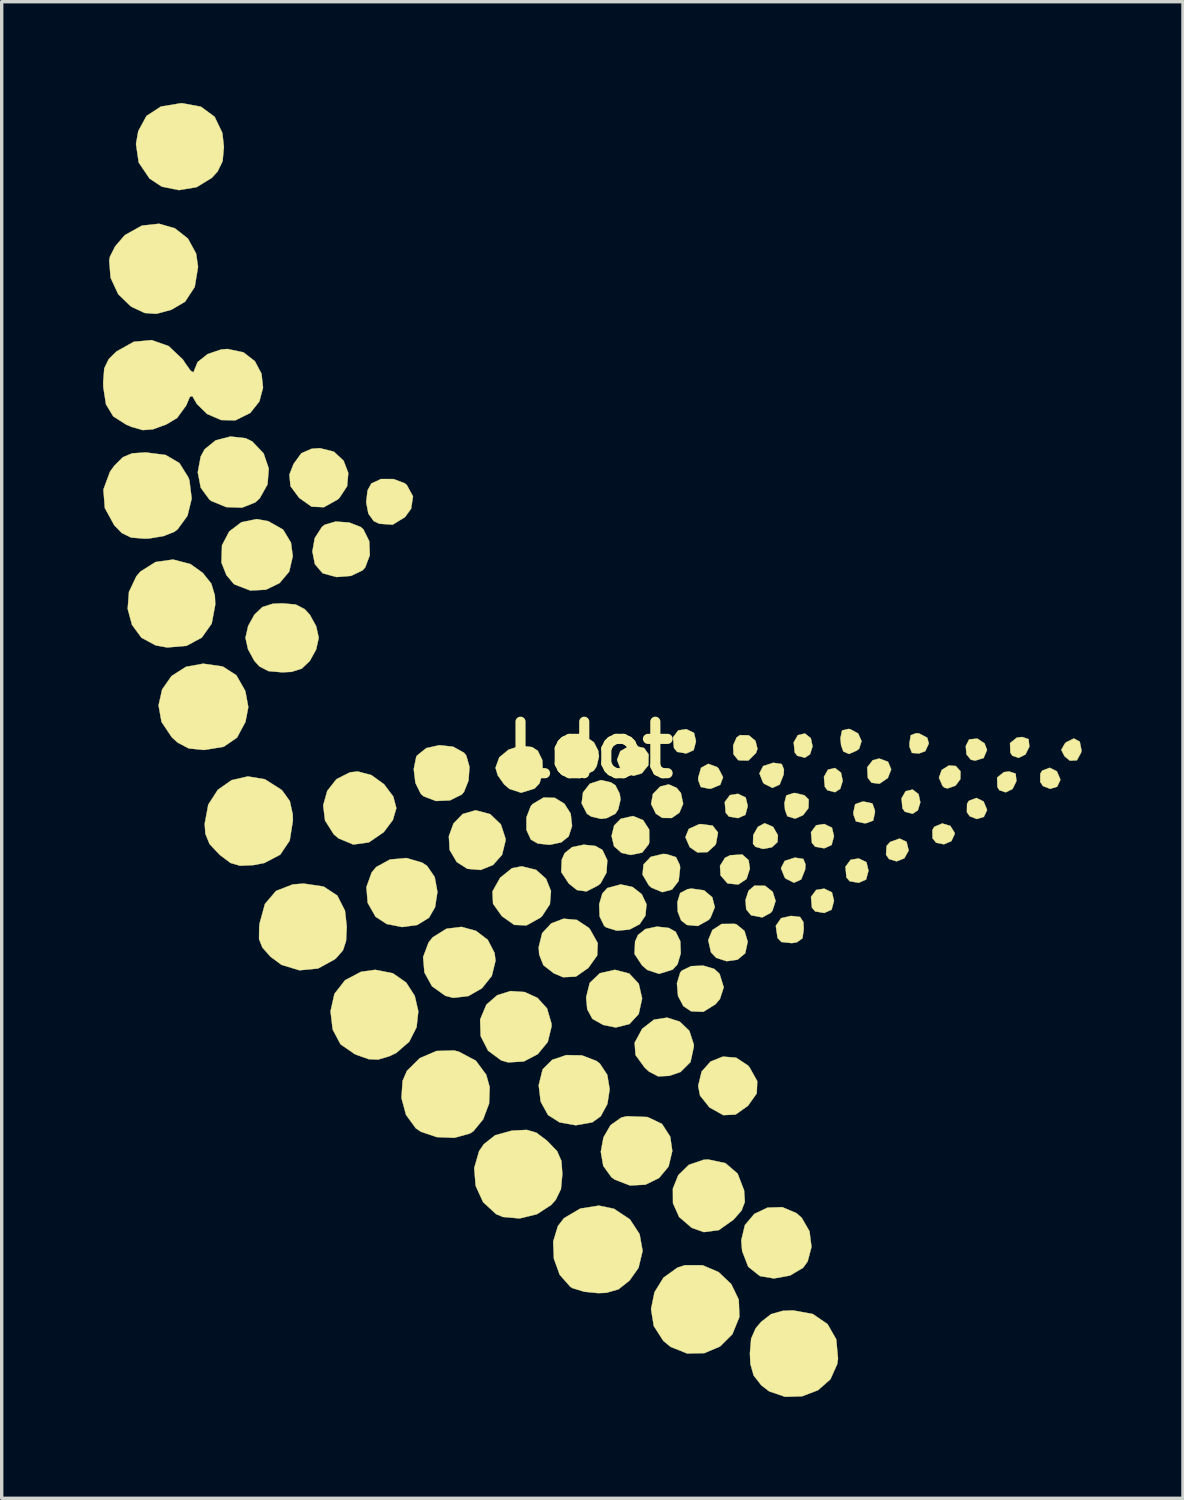
<source format=kicad_pcb>
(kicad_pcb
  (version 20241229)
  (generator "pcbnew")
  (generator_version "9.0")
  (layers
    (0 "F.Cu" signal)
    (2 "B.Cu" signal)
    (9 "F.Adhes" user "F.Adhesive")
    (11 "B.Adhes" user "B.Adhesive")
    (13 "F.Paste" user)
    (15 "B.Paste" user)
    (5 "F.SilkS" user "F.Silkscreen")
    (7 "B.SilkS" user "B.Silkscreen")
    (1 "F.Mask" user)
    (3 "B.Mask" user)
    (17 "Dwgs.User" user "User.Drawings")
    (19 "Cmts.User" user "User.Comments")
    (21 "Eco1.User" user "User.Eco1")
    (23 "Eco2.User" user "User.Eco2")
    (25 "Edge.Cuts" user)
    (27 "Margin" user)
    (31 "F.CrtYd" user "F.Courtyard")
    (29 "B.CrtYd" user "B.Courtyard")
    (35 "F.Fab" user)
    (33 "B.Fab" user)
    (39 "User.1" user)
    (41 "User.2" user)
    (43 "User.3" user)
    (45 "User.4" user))
  (footprint "Ldot"
    (layer "F.Cu")
    (at 14.428 19.151)
    (property "Reference" "Ldot" (at 0 0 0) (layer "F.SilkS") (effects (font (size 1.524 1.524) (thickness 0.3))))
    (attr through_hole)
    (fp_poly (pts (xy 3.068 -0.505) (xy 3.127 -0.255) (xy 3.057 0.008) (xy 2.839 0.105) (xy 2.57 0.058) (xy 2.475 -0.055) (xy 2.446 -0.371) (xy 2.599 -0.577) (xy 2.839 -0.615) (xy 3.068 -0.505)) (stroke (width 0.01) (type solid)) (fill yes) (layer "F.SilkS"))
    (fp_poly (pts (xy 4.599 1.41) (xy 4.659 1.659) (xy 4.589 1.922) (xy 4.371 2.019) (xy 4.102 1.973) (xy 4.006 1.86) (xy 3.978 1.544) (xy 4.131 1.338) (xy 4.371 1.299) (xy 4.599 1.41)) (stroke (width 0.01) (type solid)) (fill yes) (layer "F.SilkS"))
    (fp_poly (pts (xy 6.526 -0.348) (xy 6.577 -0.105) (xy 6.503 0.129) (xy 6.35 0.231) (xy 6.123 0.173) (xy 6.049 0.073) (xy 6.02 -0.223) (xy 6.142 -0.437) (xy 6.35 -0.486) (xy 6.526 -0.348)) (stroke (width 0.01) (type solid)) (fill yes) (layer "F.SilkS"))
    (fp_poly (pts (xy 7.152 2.303) (xy 7.212 2.553) (xy 7.141 2.816) (xy 6.924 2.913) (xy 6.655 2.866) (xy 6.559 2.753) (xy 6.531 2.437) (xy 6.684 2.231) (xy 6.924 2.193) (xy 7.152 2.303)) (stroke (width 0.01) (type solid)) (fill yes) (layer "F.SilkS"))
    (fp_poly (pts (xy 7.152 4.218) (xy 7.212 4.467) (xy 7.141 4.73) (xy 6.924 4.827) (xy 6.655 4.781) (xy 6.559 4.668) (xy 6.531 4.352) (xy 6.684 4.146) (xy 6.924 4.107) (xy 7.152 4.218)) (stroke (width 0.01) (type solid)) (fill yes) (layer "F.SilkS"))
    (fp_poly (pts (xy 7.419 0.673) (xy 7.47 0.917) (xy 7.397 1.15) (xy 7.243 1.252) (xy 7.017 1.194) (xy 6.942 1.094) (xy 6.914 0.798) (xy 7.035 0.584) (xy 7.243 0.535) (xy 7.419 0.673)) (stroke (width 0.01) (type solid)) (fill yes) (layer "F.SilkS"))
    (fp_poly (pts (xy 8.173 3.324) (xy 8.233 3.574) (xy 8.163 3.837) (xy 7.945 3.934) (xy 7.676 3.887) (xy 7.58 3.774) (xy 7.552 3.458) (xy 7.705 3.252) (xy 7.945 3.214) (xy 8.173 3.324)) (stroke (width 0.01) (type solid)) (fill yes) (layer "F.SilkS"))
    (fp_poly (pts (xy 8.812 0.351) (xy 8.906 0.578) (xy 8.806 0.831) (xy 8.56 1.001) (xy 8.327 0.973) (xy 8.215 0.83) (xy 8.195 0.517) (xy 8.36 0.304) (xy 8.552 0.255) (xy 8.812 0.351)) (stroke (width 0.01) (type solid)) (fill yes) (layer "F.SilkS"))
    (fp_poly (pts (xy 9.717 1.311) (xy 9.768 1.555) (xy 9.694 1.788) (xy 9.541 1.89) (xy 9.314 1.832) (xy 9.24 1.733) (xy 9.211 1.436) (xy 9.333 1.222) (xy 9.541 1.173) (xy 9.717 1.311)) (stroke (width 0.01) (type solid)) (fill yes) (layer "F.SilkS"))
    (fp_poly (pts (xy 12.59 0.702) (xy 12.613 0.924) (xy 12.498 1.157) (xy 12.297 1.256) (xy 12.107 1.192) (xy 12.05 1.1) (xy 12.041 0.819) (xy 12.241 0.658) (xy 12.397 0.638) (xy 12.59 0.702)) (stroke (width 0.01) (type solid)) (fill yes) (layer "F.SilkS"))
    (fp_poly (pts (xy 12.973 -0.319) (xy 12.996 -0.097) (xy 12.88 0.136) (xy 12.68 0.235) (xy 12.49 0.171) (xy 12.433 0.079) (xy 12.424 -0.202) (xy 12.624 -0.363) (xy 12.78 -0.383) (xy 12.973 -0.319)) (stroke (width 0.01) (type solid)) (fill yes) (layer "F.SilkS"))
    (fp_poly (pts (xy 9.36 2.719) (xy 9.422 2.971) (xy 9.42 2.984) (xy 9.293 3.21) (xy 9.065 3.299) (xy 8.842 3.231) (xy 8.753 3.105) (xy 8.769 2.841) (xy 8.876 2.724) (xy 9.153 2.625) (xy 9.36 2.719)) (stroke (width 0.01) (type solid)) (fill yes) (layer "F.SilkS"))
    (fp_poly (pts (xy 9.732 -0.488) (xy 9.973 -0.361) (xy 10.02 -0.191) (xy 9.915 0.037) (xy 9.732 0.105) (xy 9.52 0.089) (xy 9.449 -0.089) (xy 9.445 -0.191) (xy 9.485 -0.435) (xy 9.645 -0.496) (xy 9.732 -0.488)) (stroke (width 0.01) (type solid)) (fill yes) (layer "F.SilkS"))
    (fp_poly (pts (xy 10.656 2.249) (xy 10.783 2.452) (xy 10.785 2.491) (xy 10.687 2.701) (xy 10.466 2.794) (xy 10.237 2.748) (xy 10.13 2.617) (xy 10.126 2.37) (xy 10.181 2.277) (xy 10.417 2.177) (xy 10.656 2.249)) (stroke (width 0.01) (type solid)) (fill yes) (layer "F.SilkS"))
    (fp_poly (pts (xy 11.641 1.526) (xy 11.742 1.766) (xy 11.743 1.783) (xy 11.649 1.982) (xy 11.442 2.046) (xy 11.23 1.964) (xy 11.147 1.842) (xy 11.151 1.595) (xy 11.207 1.506) (xy 11.429 1.422) (xy 11.641 1.526)) (stroke (width 0.01) (type solid)) (fill yes) (layer "F.SilkS"))
    (fp_poly (pts (xy 11.67 -0.192) (xy 11.743 0) (xy 11.642 0.24) (xy 11.392 0.317) (xy 11.264 0.29) (xy 11.134 0.133) (xy 11.113 -0.114) (xy 11.211 -0.306) (xy 11.221 -0.312) (xy 11.458 -0.335) (xy 11.67 -0.192)) (stroke (width 0.01) (type solid)) (fill yes) (layer "F.SilkS"))
    (fp_poly (pts (xy 13.811 0.633) (xy 13.912 0.872) (xy 13.913 0.889) (xy 13.819 1.089) (xy 13.612 1.152) (xy 13.4 1.07) (xy 13.317 0.949) (xy 13.321 0.702) (xy 13.376 0.613) (xy 13.599 0.529) (xy 13.811 0.633)) (stroke (width 0.01) (type solid)) (fill yes) (layer "F.SilkS"))
    (fp_poly (pts (xy 14.488 -0.245) (xy 14.539 0.014) (xy 14.531 0.072) (xy 14.403 0.308) (xy 14.194 0.318) (xy 14.038 0.189) (xy 13.941 0.000061) (xy 14.043 -0.183) (xy 14.082 -0.224) (xy 14.313 -0.339) (xy 14.488 -0.245)) (stroke (width 0.01) (type solid)) (fill yes) (layer "F.SilkS"))
    (fp_poly (pts (xy 1.593 -0.055) (xy 1.725 0.134) (xy 1.716 0.454) (xy 1.522 0.694) (xy 1.276 0.766) (xy 1.007 0.674) (xy 0.899 0.58) (xy 0.789 0.294) (xy 0.887 0.036) (xy 1.152 -0.115) (xy 1.276 -0.128) (xy 1.593 -0.055)) (stroke (width 0.01) (type solid)) (fill yes) (layer "F.SilkS"))
    (fp_poly (pts (xy 2.553 1.123) (xy 2.68 1.276) (xy 2.747 1.596) (xy 2.634 1.86) (xy 2.407 2.016) (xy 2.128 2.012) (xy 1.94 1.889) (xy 1.797 1.6) (xy 1.852 1.302) (xy 2.068 1.083) (xy 2.319 1.021) (xy 2.553 1.123)) (stroke (width 0.01) (type solid)) (fill yes) (layer "F.SilkS"))
    (fp_poly (pts (xy 3.62 2.242) (xy 3.778 2.445) (xy 3.721 2.768) (xy 3.697 2.817) (xy 3.466 3.026) (xy 3.169 3.035) (xy 2.941 2.878) (xy 2.813 2.583) (xy 2.913 2.339) (xy 3.214 2.202) (xy 3.271 2.195) (xy 3.62 2.242)) (stroke (width 0.01) (type solid)) (fill yes) (layer "F.SilkS"))
    (fp_poly (pts (xy 3.748 0.507) (xy 3.793 0.547) (xy 3.928 0.809) (xy 3.844 1.033) (xy 3.576 1.146) (xy 3.514 1.149) (xy 3.269 1.098) (xy 3.193 0.895) (xy 3.191 0.826) (xy 3.277 0.53) (xy 3.488 0.412) (xy 3.748 0.507)) (stroke (width 0.01) (type solid)) (fill yes) (layer "F.SilkS"))
    (fp_poly (pts (xy 4.683 3.262) (xy 4.723 3.513) (xy 4.623 3.821) (xy 4.38 3.985) (xy 4.077 3.954) (xy 4.049 3.94) (xy 3.854 3.715) (xy 3.837 3.432) (xy 3.986 3.193) (xy 4.141 3.118) (xy 4.496 3.096) (xy 4.683 3.262)) (stroke (width 0.01) (type solid)) (fill yes) (layer "F.SilkS"))
    (fp_poly (pts (xy 4.688 -0.433) (xy 4.887 -0.27) (xy 4.947 -0.031) (xy 4.903 0.091) (xy 4.677 0.315) (xy 4.399 0.308) (xy 4.372 0.298) (xy 4.237 0.13) (xy 4.226 -0.133) (xy 4.329 -0.368) (xy 4.426 -0.438) (xy 4.688 -0.433)) (stroke (width 0.01) (type solid)) (fill yes) (layer "F.SilkS"))
    (fp_poly (pts (xy 5.408 2.277) (xy 5.551 2.523) (xy 5.541 2.728) (xy 5.374 2.883) (xy 5.114 2.932) (xy 4.884 2.866) (xy 4.814 2.776) (xy 4.822 2.52) (xy 4.959 2.278) (xy 5.158 2.17) (xy 5.158 2.17) (xy 5.408 2.277)) (stroke (width 0.01) (type solid)) (fill yes) (layer "F.SilkS"))
    (fp_poly (pts (xy 5.666 0.419) (xy 5.731 0.581) (xy 5.72 0.733) (xy 5.604 1.026) (xy 5.39 1.124) (xy 5.145 1.002) (xy 5.111 0.964) (xy 5.004 0.694) (xy 5.115 0.478) (xy 5.407 0.383) (xy 5.429 0.383) (xy 5.666 0.419)) (stroke (width 0.01) (type solid)) (fill yes) (layer "F.SilkS"))
    (fp_poly (pts (xy 6.207 4.946) (xy 6.306 5.096) (xy 6.318 5.297) (xy 6.279 5.577) (xy 6.114 5.695) (xy 5.966 5.72) (xy 5.654 5.686) (xy 5.541 5.568) (xy 5.49 5.208) (xy 5.646 4.981) (xy 5.937 4.914) (xy 6.207 4.946)) (stroke (width 0.01) (type solid)) (fill yes) (layer "F.SilkS"))
    (fp_poly (pts (xy 6.304 3.227) (xy 6.369 3.389) (xy 6.358 3.541) (xy 6.242 3.834) (xy 6.028 3.932) (xy 5.783 3.81) (xy 5.75 3.772) (xy 5.642 3.502) (xy 5.753 3.286) (xy 6.046 3.191) (xy 6.067 3.191) (xy 6.304 3.227)) (stroke (width 0.01) (type solid)) (fill yes) (layer "F.SilkS"))
    (fp_poly (pts (xy 10.817 0.476) (xy 10.957 0.632) (xy 10.953 0.866) (xy 10.814 1.053) (xy 10.775 1.071) (xy 10.574 1.14) (xy 10.477 1.115) (xy 10.424 1.064) (xy 10.319 0.823) (xy 10.4 0.594) (xy 10.612 0.462) (xy 10.817 0.476)) (stroke (width 0.01) (type solid)) (fill yes) (layer "F.SilkS"))
    (fp_poly (pts (xy 1.561 2.079) (xy 1.74 2.356) (xy 1.744 2.736) (xy 1.727 2.794) (xy 1.533 3.04) (xy 1.196 3.11) (xy 0.921 3.048) (xy 0.7 2.852) (xy 0.627 2.548) (xy 0.704 2.237) (xy 0.898 2.04) (xy 1.262 1.957) (xy 1.561 2.079)) (stroke (width 0.01) (type solid)) (fill yes) (layer "F.SilkS"))
    (fp_poly (pts (xy 5.171 4.022) (xy 5.396 4.199) (xy 5.484 4.472) (xy 5.389 4.762) (xy 5.335 4.825) (xy 5.089 4.959) (xy 4.762 4.896) (xy 4.755 4.893) (xy 4.613 4.72) (xy 4.593 4.442) (xy 4.683 4.169) (xy 4.856 4.019) (xy 5.171 4.022)) (stroke (width 0.01) (type solid)) (fill yes) (layer "F.SilkS"))
    (fp_poly (pts (xy 6.339 1.345) (xy 6.464 1.469) (xy 6.457 1.723) (xy 6.296 1.933) (xy 6.063 2.035) (xy 5.839 1.967) (xy 5.829 1.957) (xy 5.762 1.774) (xy 5.744 1.574) (xy 5.801 1.347) (xy 6.02 1.277) (xy 6.067 1.276) (xy 6.339 1.345)) (stroke (width 0.01) (type solid)) (fill yes) (layer "F.SilkS"))
    (fp_poly (pts (xy 7.689 -0.615) (xy 7.926 -0.489) (xy 8.028 -0.263) (xy 7.959 -0.04) (xy 7.894 0.015) (xy 7.658 0.12) (xy 7.495 0.049) (xy 7.488 0.043) (xy 7.422 -0.139) (xy 7.403 -0.349) (xy 7.451 -0.576) (xy 7.64 -0.621) (xy 7.689 -0.615)) (stroke (width 0.01) (type solid)) (fill yes) (layer "F.SilkS"))
    (fp_poly (pts (xy 8.348 1.584) (xy 8.423 1.792) (xy 8.424 1.851) (xy 8.371 2.094) (xy 8.164 2.169) (xy 8.105 2.17) (xy 7.862 2.117) (xy 7.787 1.91) (xy 7.786 1.851) (xy 7.839 1.608) (xy 8.046 1.533) (xy 8.105 1.532) (xy 8.348 1.584)) (stroke (width 0.01) (type solid)) (fill yes) (layer "F.SilkS"))
    (fp_poly (pts (xy 1.149 6.62) (xy 1.432 6.921) (xy 1.532 7.357) (xy 1.431 7.819) (xy 1.157 8.115) (xy 0.754 8.217) (xy 0.382 8.143) (xy 0.06 7.962) (xy -0.093 7.679) (xy -0.126 7.327) (xy -0.019 6.896) (xy 0.28 6.611) (xy 0.724 6.51) (xy 1.149 6.62)) (stroke (width 0.01) (type solid)) (fill yes) (layer "F.SilkS"))
    (fp_poly (pts (xy 2.258 3.086) (xy 2.534 3.174) (xy 2.646 3.405) (xy 2.658 3.486) (xy 2.614 3.88) (xy 2.418 4.134) (xy 2.129 4.211) (xy 1.809 4.079) (xy 1.732 4.011) (xy 1.544 3.692) (xy 1.574 3.39) (xy 1.787 3.166) (xy 2.15 3.079) (xy 2.258 3.086)) (stroke (width 0.01) (type solid)) (fill yes) (layer "F.SilkS"))
    (fp_poly (pts (xy 3.366 4.157) (xy 3.609 4.363) (xy 3.684 4.657) (xy 3.555 4.972) (xy 3.501 5.033) (xy 3.183 5.212) (xy 2.858 5.182) (xy 2.687 5.049) (xy 2.587 4.792) (xy 2.575 4.507) (xy 2.658 4.237) (xy 2.878 4.123) (xy 2.993 4.105) (xy 3.366 4.157)) (stroke (width 0.01) (type solid)) (fill yes) (layer "F.SilkS"))
    (fp_poly (pts (xy 4.326 5.165) (xy 4.561 5.357) (xy 4.658 5.676) (xy 4.585 6.018) (xy 4.584 6.02) (xy 4.357 6.21) (xy 4.034 6.255) (xy 3.724 6.155) (xy 3.571 5.994) (xy 3.489 5.631) (xy 3.611 5.332) (xy 3.887 5.153) (xy 4.268 5.149) (xy 4.326 5.165)) (stroke (width 0.01) (type solid)) (fill yes) (layer "F.SilkS"))
    (fp_poly (pts (xy -5.826 -8.019) (xy -5.496 -7.893) (xy -5.434 -7.841) (xy -5.251 -7.505) (xy -5.308 -7.14) (xy -5.488 -6.892) (xy -5.853 -6.668) (xy -6.249 -6.696) (xy -6.414 -6.775) (xy -6.573 -6.995) (xy -6.637 -7.337) (xy -6.596 -7.685) (xy -6.484 -7.888) (xy -6.198 -8.02) (xy -5.826 -8.019)) (stroke (width 0.01) (type solid)) (fill yes) (layer "F.SilkS"))
    (fp_poly (pts (xy -1.722 -0.082) (xy -1.557 0.026) (xy -1.423 0.302) (xy -1.408 0.661) (xy -1.505 0.987) (xy -1.651 1.144) (xy -2.05 1.268) (xy -2.395 1.155) (xy -2.553 1.021) (xy -2.743 0.751) (xy -2.808 0.53) (xy -2.697 0.22) (xy -2.421 -0.008) (xy -2.067 -0.121) (xy -1.722 -0.082)) (stroke (width 0.01) (type solid)) (fill yes) (layer "F.SilkS"))
    (fp_poly (pts (xy -1.052 1.42) (xy -0.769 1.593) (xy -0.583 1.886) (xy -0.542 2.253) (xy -0.643 2.561) (xy -0.862 2.737) (xy -1.205 2.81) (xy -1.556 2.771) (xy -1.761 2.655) (xy -1.893 2.369) (xy -1.893 1.997) (xy -1.766 1.667) (xy -1.714 1.605) (xy -1.384 1.409) (xy -1.052 1.42)) (stroke (width 0.01) (type solid)) (fill yes) (layer "F.SilkS"))
    (fp_poly (pts (xy 0.152 2.845) (xy 0.357 2.961) (xy 0.501 3.264) (xy 0.478 3.631) (xy 0.304 3.948) (xy 0.227 4.013) (xy -0.115 4.189) (xy -0.397 4.149) (xy -0.638 3.957) (xy -0.863 3.616) (xy -0.847 3.25) (xy -0.761 3.055) (xy -0.542 2.879) (xy -0.199 2.806) (xy 0.152 2.845)) (stroke (width 0.01) (type solid)) (fill yes) (layer "F.SilkS"))
    (fp_poly (pts (xy 1.252 4.06) (xy 1.522 4.272) (xy 1.662 4.571) (xy 1.63 4.906) (xy 1.459 5.16) (xy 1.16 5.318) (xy 0.786 5.352) (xy 0.466 5.254) (xy 0.408 5.208) (xy 0.274 4.931) (xy 0.26 4.572) (xy 0.356 4.246) (xy 0.502 4.089) (xy 0.898 3.982) (xy 1.252 4.06)) (stroke (width 0.01) (type solid)) (fill yes) (layer "F.SilkS"))
    (fp_poly (pts (xy 2.322 5.271) (xy 2.527 5.386) (xy 2.662 5.663) (xy 2.676 6.022) (xy 2.58 6.348) (xy 2.434 6.505) (xy 2.034 6.629) (xy 1.689 6.516) (xy 1.532 6.382) (xy 1.307 6.042) (xy 1.323 5.675) (xy 1.409 5.48) (xy 1.628 5.304) (xy 1.971 5.231) (xy 2.322 5.271)) (stroke (width 0.01) (type solid)) (fill yes) (layer "F.SilkS"))
    (fp_poly (pts (xy 3.667 6.483) (xy 3.825 6.629) (xy 3.948 7.028) (xy 3.836 7.373) (xy 3.702 7.531) (xy 3.343 7.754) (xy 2.981 7.738) (xy 2.753 7.585) (xy 2.595 7.286) (xy 2.562 6.913) (xy 2.659 6.593) (xy 2.706 6.535) (xy 2.983 6.401) (xy 3.342 6.386) (xy 3.667 6.483)) (stroke (width 0.01) (type solid)) (fill yes) (layer "F.SilkS"))
    (fp_poly (pts (xy -2.967 1.901) (xy -2.651 2.202) (xy -2.512 2.624) (xy -2.51 2.68) (xy -2.614 3.105) (xy -2.882 3.406) (xy -3.246 3.554) (xy -3.64 3.52) (xy -3.957 3.319) (xy -4.167 2.96) (xy -4.19 2.555) (xy -4.052 2.177) (xy -3.78 1.897) (xy -3.4 1.787) (xy -3.397 1.787) (xy -2.967 1.901)) (stroke (width 0.01) (type solid)) (fill yes) (layer "F.SilkS"))
    (fp_poly (pts (xy -0.026 -0.314) (xy 0.102 -0.23) (xy 0.23 0.019) (xy 0.255 0.191) (xy 0.186 0.484) (xy 0.102 0.613) (xy -0.147 0.741) (xy -0.319 0.766) (xy -0.612 0.697) (xy -0.74 0.613) (xy -0.897 0.308) (xy -0.856 -0.017) (xy -0.654 -0.275) (xy -0.326 -0.383) (xy -0.319 -0.383) (xy -0.026 -0.314)) (stroke (width 0.01) (type solid)) (fill yes) (layer "F.SilkS"))
    (fp_poly (pts (xy 0.612 0.963) (xy 0.74 1.047) (xy 0.868 1.295) (xy 0.893 1.468) (xy 0.824 1.761) (xy 0.74 1.889) (xy 0.491 2.017) (xy 0.319 2.042) (xy 0.026 1.973) (xy -0.102 1.889) (xy -0.259 1.584) (xy -0.218 1.26) (xy -0.016 1.001) (xy 0.312 0.894) (xy 0.319 0.893) (xy 0.612 0.963)) (stroke (width 0.01) (type solid)) (fill yes) (layer "F.SilkS"))
    (fp_poly (pts (xy -7.594 -8.83) (xy -7.306 -8.562) (xy -7.167 -8.198) (xy -7.202 -7.806) (xy -7.434 -7.455) (xy -7.484 -7.412) (xy -7.89 -7.185) (xy -8.254 -7.201) (xy -8.621 -7.461) (xy -8.621 -7.461) (xy -8.879 -7.809) (xy -8.91 -8.153) (xy -8.788 -8.464) (xy -8.557 -8.783) (xy -8.25 -8.916) (xy -8.009 -8.933) (xy -7.594 -8.83)) (stroke (width 0.01) (type solid)) (fill yes) (layer "F.SilkS"))
    (fp_poly (pts (xy -6.485 0.745) (xy -6.109 1.016) (xy -5.836 1.378) (xy -5.744 1.723) (xy -5.847 2.074) (xy -6.117 2.435) (xy -6.561 2.739) (xy -7.019 2.801) (xy -7.456 2.619) (xy -7.6 2.495) (xy -7.855 2.09) (xy -7.91 1.642) (xy -7.79 1.213) (xy -7.518 0.866) (xy -7.12 0.665) (xy -6.888 0.638) (xy -6.485 0.745)) (stroke (width 0.01) (type solid)) (fill yes) (layer "F.SilkS"))
    (fp_poly (pts (xy -4.982 3.336) (xy -4.835 3.433) (xy -4.609 3.763) (xy -4.528 4.204) (xy -4.598 4.655) (xy -4.777 4.968) (xy -5.127 5.183) (xy -5.578 5.244) (xy -6.03 5.154) (xy -6.36 4.938) (xy -6.593 4.527) (xy -6.63 4.059) (xy -6.474 3.626) (xy -6.342 3.468) (xy -5.935 3.245) (xy -5.447 3.2) (xy -4.982 3.336)) (stroke (width 0.01) (type solid)) (fill yes) (layer "F.SilkS"))
    (fp_poly (pts (xy -3.387 5.356) (xy -3.039 5.621) (xy -2.836 6.011) (xy -2.808 6.241) (xy -2.919 6.692) (xy -3.209 7.056) (xy -3.611 7.287) (xy -4.06 7.34) (xy -4.294 7.279) (xy -4.689 6.997) (xy -4.913 6.59) (xy -4.952 6.133) (xy -4.789 5.698) (xy -4.665 5.546) (xy -4.263 5.295) (xy -3.816 5.239) (xy -3.387 5.356)) (stroke (width 0.01) (type solid)) (fill yes) (layer "F.SilkS"))
    (fp_poly (pts (xy -1.945 7.168) (xy -1.566 7.341) (xy -1.282 7.655) (xy -1.152 8.102) (xy -1.149 8.187) (xy -1.262 8.647) (xy -1.558 9.007) (xy -1.97 9.223) (xy -2.435 9.251) (xy -2.641 9.191) (xy -3.028 8.905) (xy -3.248 8.473) (xy -3.264 7.982) (xy -3.079 7.541) (xy -2.759 7.262) (xy -2.362 7.139) (xy -1.945 7.168)) (stroke (width 0.01) (type solid)) (fill yes) (layer "F.SilkS"))
    (fp_poly (pts (xy -1.608 3.55) (xy -1.311 3.816) (xy -1.166 4.178) (xy -1.198 4.568) (xy -1.43 4.921) (xy -1.485 4.969) (xy -1.891 5.195) (xy -2.255 5.18) (xy -2.622 4.92) (xy -2.622 4.92) (xy -2.882 4.553) (xy -2.898 4.189) (xy -2.671 3.783) (xy -2.671 3.783) (xy -2.319 3.501) (xy -2.033 3.446) (xy -1.608 3.55)) (stroke (width 0.01) (type solid)) (fill yes) (layer "F.SilkS"))
    (fp_poly (pts (xy -0.403 5.032) (xy -0.052 5.264) (xy -0.009 5.314) (xy 0.218 5.72) (xy 0.202 6.085) (xy -0.058 6.451) (xy -0.058 6.452) (xy -0.43 6.712) (xy -0.809 6.729) (xy -1.085 6.612) (xy -1.392 6.373) (xy -1.516 6.057) (xy -1.53 5.839) (xy -1.427 5.424) (xy -1.159 5.136) (xy -0.795 4.997) (xy -0.403 5.032)) (stroke (width 0.01) (type solid)) (fill yes) (layer "F.SilkS"))
    (fp_poly (pts (xy 1.69 10.868) (xy 2.119 11.071) (xy 2.364 11.449) (xy 2.425 11.872) (xy 2.316 12.333) (xy 2.031 12.675) (xy 1.629 12.871) (xy 1.172 12.895) (xy 0.72 12.72) (xy 0.623 12.65) (xy 0.381 12.315) (xy 0.309 11.897) (xy 0.387 11.471) (xy 0.597 11.108) (xy 0.921 10.881) (xy 1.085 10.845) (xy 1.69 10.868)) (stroke (width 0.01) (type solid)) (fill yes) (layer "F.SilkS"))
    (fp_poly (pts (xy 2.645 8.043) (xy 2.93 8.316) (xy 3.061 8.719) (xy 3.063 8.783) (xy 2.965 9.239) (xy 2.669 9.535) (xy 2.338 9.649) (xy 2.006 9.665) (xy 1.734 9.522) (xy 1.604 9.401) (xy 1.335 9.03) (xy 1.311 8.667) (xy 1.529 8.265) (xy 1.541 8.25) (xy 1.882 7.986) (xy 2.272 7.926) (xy 2.645 8.043)) (stroke (width 0.01) (type solid)) (fill yes) (layer "F.SilkS"))
    (fp_poly (pts (xy 4.313 9.111) (xy 4.666 9.343) (xy 4.713 9.399) (xy 4.94 9.805) (xy 4.925 10.169) (xy 4.665 10.536) (xy 4.665 10.536) (xy 4.298 10.796) (xy 3.934 10.812) (xy 3.528 10.585) (xy 3.527 10.585) (xy 3.246 10.232) (xy 3.191 9.947) (xy 3.294 9.521) (xy 3.56 9.224) (xy 3.922 9.08) (xy 4.313 9.111)) (stroke (width 0.01) (type solid)) (fill yes) (layer "F.SilkS"))
    (fp_poly (pts (xy 6.1 13.713) (xy 6.257 13.852) (xy 6.487 14.251) (xy 6.546 14.715) (xy 6.432 15.145) (xy 6.298 15.33) (xy 5.914 15.56) (xy 5.436 15.647) (xy 5.018 15.576) (xy 4.672 15.299) (xy 4.493 14.836) (xy 4.467 14.518) (xy 4.575 14.066) (xy 4.854 13.736) (xy 5.244 13.551) (xy 5.68 13.536) (xy 6.1 13.713)) (stroke (width 0.01) (type solid)) (fill yes) (layer "F.SilkS"))
    (fp_poly (pts (xy -10.21 -9.228) (xy -10.013 -9.134) (xy -9.674 -8.779) (xy -9.521 -8.329) (xy -9.558 -7.86) (xy -9.789 -7.448) (xy -9.923 -7.326) (xy -10.314 -7.172) (xy -10.782 -7.189) (xy -11.218 -7.368) (xy -11.279 -7.412) (xy -11.534 -7.761) (xy -11.623 -8.217) (xy -11.536 -8.686) (xy -11.42 -8.901) (xy -11.096 -9.163) (xy -10.658 -9.278) (xy -10.21 -9.228)) (stroke (width 0.01) (type solid)) (fill yes) (layer "F.SilkS"))
    (fp_poly (pts (xy -9.534 -6.77) (xy -9.096 -6.522) (xy -8.864 -6.136) (xy -8.811 -5.734) (xy -8.916 -5.279) (xy -9.201 -4.939) (xy -9.605 -4.743) (xy -10.067 -4.719) (xy -10.526 -4.895) (xy -10.56 -4.918) (xy -10.776 -5.176) (xy -10.918 -5.535) (xy -10.922 -5.556) (xy -10.906 -6.057) (xy -10.693 -6.466) (xy -10.333 -6.74) (xy -9.877 -6.834) (xy -9.534 -6.77)) (stroke (width 0.01) (type solid)) (fill yes) (layer "F.SilkS"))
    (fp_poly (pts (xy -7.141 -6.732) (xy -6.801 -6.6) (xy -6.721 -6.531) (xy -6.547 -6.181) (xy -6.529 -5.767) (xy -6.666 -5.404) (xy -6.743 -5.317) (xy -7.085 -5.152) (xy -7.519 -5.118) (xy -7.914 -5.226) (xy -7.931 -5.235) (xy -8.155 -5.498) (xy -8.23 -5.873) (xy -8.16 -6.27) (xy -7.95 -6.598) (xy -7.863 -6.667) (xy -7.541 -6.76) (xy -7.141 -6.732)) (stroke (width 0.01) (type solid)) (fill yes) (layer "F.SilkS"))
    (fp_poly (pts (xy -4.061 -0.094) (xy -3.74 0.085) (xy -3.674 0.168) (xy -3.579 0.501) (xy -3.607 0.905) (xy -3.742 1.245) (xy -3.807 1.32) (xy -4.158 1.494) (xy -4.572 1.512) (xy -4.935 1.375) (xy -5.022 1.298) (xy -5.18 0.977) (xy -5.229 0.567) (xy -5.156 0.208) (xy -5.132 0.166) (xy -4.858 -0.054) (xy -4.467 -0.14) (xy -4.061 -0.094)) (stroke (width 0.01) (type solid)) (fill yes) (layer "F.SilkS"))
    (fp_poly (pts (xy -0.252 9.043) (xy 0.173 9.205) (xy 0.28 9.285) (xy 0.5 9.619) (xy 0.571 10.047) (xy 0.503 10.484) (xy 0.307 10.845) (xy 0.058 11.025) (xy -0.433 11.112) (xy -0.911 11.027) (xy -1.254 10.809) (xy -1.471 10.414) (xy -1.53 9.927) (xy -1.417 9.47) (xy -1.407 9.45) (xy -1.128 9.174) (xy -0.714 9.035) (xy -0.252 9.043)) (stroke (width 0.01) (type solid)) (fill yes) (layer "F.SilkS"))
    (fp_poly (pts (xy 3.322 15.256) (xy 3.796 15.459) (xy 4.171 15.815) (xy 4.393 16.275) (xy 4.412 16.786) (xy 4.204 17.298) (xy 3.838 17.662) (xy 3.372 17.858) (xy 2.865 17.868) (xy 2.376 17.673) (xy 2.16 17.496) (xy 1.877 17.055) (xy 1.796 16.553) (xy 1.898 16.055) (xy 2.164 15.624) (xy 2.577 15.327) (xy 2.798 15.255) (xy 3.322 15.256)) (stroke (width 0.01) (type solid)) (fill yes) (layer "F.SilkS"))
    (fp_poly (pts (xy 3.999 12.234) (xy 4.36 12.544) (xy 4.549 13.036) (xy 4.551 13.045) (xy 4.573 13.381) (xy 4.476 13.636) (xy 4.238 13.907) (xy 3.801 14.217) (xy 3.357 14.275) (xy 2.999 14.148) (xy 2.626 13.826) (xy 2.445 13.42) (xy 2.442 12.988) (xy 2.602 12.59) (xy 2.912 12.285) (xy 3.356 12.133) (xy 3.49 12.126) (xy 3.999 12.234)) (stroke (width 0.01) (type solid)) (fill yes) (layer "F.SilkS"))
    (fp_poly (pts (xy -11.839 -5.501) (xy -11.478 -5.243) (xy -11.222 -4.923) (xy -11.117 -4.573) (xy -11.105 -4.303) (xy -11.21 -3.74) (xy -11.504 -3.325) (xy -11.955 -3.082) (xy -12.528 -3.033) (xy -12.866 -3.093) (xy -13.288 -3.319) (xy -13.57 -3.702) (xy -13.698 -4.176) (xy -13.66 -4.678) (xy -13.441 -5.14) (xy -13.321 -5.28) (xy -12.873 -5.563) (xy -12.354 -5.636) (xy -11.839 -5.501)) (stroke (width 0.01) (type solid)) (fill yes) (layer "F.SilkS"))
    (fp_poly (pts (xy -11.529 -19.042) (xy -11.124 -18.743) (xy -10.896 -18.268) (xy -10.849 -17.854) (xy -10.888 -17.428) (xy -11.036 -17.123) (xy -11.207 -16.936) (xy -11.658 -16.66) (xy -12.18 -16.573) (xy -12.689 -16.676) (xy -13.051 -16.915) (xy -13.371 -17.389) (xy -13.452 -17.938) (xy -13.385 -18.319) (xy -13.142 -18.768) (xy -12.715 -19.046) (xy -12.116 -19.146) (xy -12.09 -19.146) (xy -11.529 -19.042)) (stroke (width 0.01) (type solid)) (fill yes) (layer "F.SilkS"))
    (fp_poly (pts (xy -10.885 -2.47) (xy -10.481 -2.211) (xy -10.222 -1.756) (xy -10.211 -1.723) (xy -10.127 -1.267) (xy -10.211 -0.83) (xy -10.462 -0.363) (xy -10.857 -0.093) (xy -11.422 -0.000284) (xy -11.462 0) (xy -11.893 -0.045) (xy -12.22 -0.218) (xy -12.391 -0.373) (xy -12.696 -0.829) (xy -12.784 -1.319) (xy -12.678 -1.79) (xy -12.4 -2.188) (xy -11.974 -2.46) (xy -11.462 -2.553) (xy -10.885 -2.47)) (stroke (width 0.01) (type solid)) (fill yes) (layer "F.SilkS"))
    (fp_poly (pts (xy -5.846 6.613) (xy -5.453 6.887) (xy -5.2 7.28) (xy -5.094 7.738) (xy -5.145 8.208) (xy -5.362 8.638) (xy -5.751 8.974) (xy -5.956 9.07) (xy -6.281 9.167) (xy -6.56 9.156) (xy -6.919 9.029) (xy -6.978 9.004) (xy -7.397 8.715) (xy -7.629 8.278) (xy -7.693 7.738) (xy -7.578 7.222) (xy -7.263 6.818) (xy -6.793 6.569) (xy -6.37 6.51) (xy -5.846 6.613)) (stroke (width 0.01) (type solid)) (fill yes) (layer "F.SilkS"))
    (fp_poly (pts (xy -3.897 8.933) (xy -3.39 9.201) (xy -3.083 9.616) (xy -2.981 9.984) (xy -2.999 10.468) (xy -3.174 10.936) (xy -3.462 11.287) (xy -3.567 11.356) (xy -4.024 11.483) (xy -4.548 11.462) (xy -5.018 11.304) (xy -5.17 11.2) (xy -5.458 10.804) (xy -5.593 10.303) (xy -5.559 9.797) (xy -5.431 9.501) (xy -5.051 9.125) (xy -4.555 8.913) (xy -4.034 8.898) (xy -3.897 8.933)) (stroke (width 0.01) (type solid)) (fill yes) (layer "F.SilkS"))
    (fp_poly (pts (xy 0.7 13.585) (xy 1.171 13.898) (xy 1.457 14.334) (xy 1.546 14.832) (xy 1.425 15.334) (xy 1.159 15.709) (xy 0.832 15.969) (xy 0.472 16.072) (xy 0.23 16.082) (xy -0.182 16.04) (xy -0.525 15.935) (xy -0.592 15.896) (xy -0.908 15.539) (xy -1.08 15.065) (xy -1.101 14.556) (xy -0.962 14.097) (xy -0.781 13.862) (xy -0.298 13.578) (xy 0.252 13.491) (xy 0.7 13.585)) (stroke (width 0.01) (type solid)) (fill yes) (layer "F.SilkS"))
    (fp_poly (pts (xy -12.299 -15.441) (xy -11.915 -15.139) (xy -11.672 -14.694) (xy -11.615 -14.301) (xy -11.713 -13.705) (xy -11.999 -13.269) (xy -12.408 -13.029) (xy -12.849 -12.911) (xy -13.194 -12.935) (xy -13.569 -13.111) (xy -13.612 -13.137) (xy -13.979 -13.493) (xy -14.204 -13.978) (xy -14.245 -14.49) (xy -14.223 -14.602) (xy -14.07 -14.906) (xy -13.804 -15.216) (xy -13.761 -15.253) (xy -13.276 -15.522) (xy -12.771 -15.577) (xy -12.299 -15.441)) (stroke (width 0.01) (type solid)) (fill yes) (layer "F.SilkS"))
    (fp_poly (pts (xy -8.723 -4.304) (xy -8.457 -4.167) (xy -8.306 -4.003) (xy -8.117 -3.659) (xy -8.041 -3.319) (xy -8.12 -2.97) (xy -8.306 -2.634) (xy -8.543 -2.407) (xy -8.845 -2.311) (xy -9.126 -2.297) (xy -9.529 -2.333) (xy -9.796 -2.47) (xy -9.947 -2.634) (xy -10.135 -2.978) (xy -10.211 -3.319) (xy -10.132 -3.668) (xy -9.947 -4.003) (xy -9.709 -4.23) (xy -9.407 -4.326) (xy -9.126 -4.34) (xy -8.723 -4.304)) (stroke (width 0.01) (type solid)) (fill yes) (layer "F.SilkS"))
    (fp_poly (pts (xy -7.898 4.045) (xy -7.492 4.312) (xy -7.265 4.76) (xy -7.212 5.233) (xy -7.233 5.658) (xy -7.324 5.932) (xy -7.521 6.159) (xy -7.57 6.202) (xy -8.062 6.471) (xy -8.612 6.524) (xy -9.144 6.363) (xy -9.471 6.121) (xy -9.711 5.849) (xy -9.809 5.601) (xy -9.805 5.254) (xy -9.793 5.136) (xy -9.634 4.559) (xy -9.307 4.175) (xy -8.812 3.982) (xy -8.488 3.957) (xy -7.898 4.045)) (stroke (width 0.01) (type solid)) (fill yes) (layer "F.SilkS"))
    (fp_poly (pts (xy 6.584 16.7) (xy 7.02 16.997) (xy 7.279 17.449) (xy 7.331 18.022) (xy 7.307 18.185) (xy 7.106 18.633) (xy 6.738 18.956) (xy 6.269 19.135) (xy 5.765 19.151) (xy 5.29 18.988) (xy 5.059 18.809) (xy 4.834 18.52) (xy 4.737 18.178) (xy 4.723 17.869) (xy 4.759 17.43) (xy 4.895 17.12) (xy 5.059 16.929) (xy 5.349 16.704) (xy 5.69 16.607) (xy 5.999 16.593) (xy 6.584 16.7)) (stroke (width 0.01) (type solid)) (fill yes) (layer "F.SilkS"))
    (fp_poly (pts (xy -12.576 -8.732) (xy -12.167 -8.493) (xy -11.903 -8.069) (xy -11.87 -7.977) (xy -11.803 -7.441) (xy -11.928 -6.93) (xy -12.221 -6.53) (xy -12.319 -6.456) (xy -12.642 -6.329) (xy -13.068 -6.259) (xy -13.195 -6.254) (xy -13.597 -6.287) (xy -13.872 -6.421) (xy -14.093 -6.647) (xy -14.374 -7.16) (xy -14.417 -7.708) (xy -14.22 -8.24) (xy -14.093 -8.414) (xy -13.839 -8.666) (xy -13.568 -8.78) (xy -13.164 -8.807) (xy -12.576 -8.732)) (stroke (width 0.01) (type solid)) (fill yes) (layer "F.SilkS"))
    (fp_poly (pts (xy -9.634 0.87) (xy -9.155 1.174) (xy -9.115 1.212) (xy -8.897 1.517) (xy -8.812 1.91) (xy -8.807 2.093) (xy -8.901 2.683) (xy -9.182 3.101) (xy -9.653 3.348) (xy -9.974 3.41) (xy -10.37 3.429) (xy -10.651 3.348) (xy -10.949 3.125) (xy -10.988 3.091) (xy -11.274 2.787) (xy -11.397 2.486) (xy -11.418 2.188) (xy -11.312 1.619) (xy -11.03 1.181) (xy -10.622 0.895) (xy -10.14 0.785) (xy -9.634 0.87)) (stroke (width 0.01) (type solid)) (fill yes) (layer "F.SilkS"))
    (fp_poly (pts (xy -1.602 11.33) (xy -1.303 11.554) (xy -1.263 11.59) (xy -0.982 11.883) (xy -0.857 12.171) (xy -0.83 12.559) (xy -0.871 13.001) (xy -1.024 13.318) (xy -1.161 13.472) (xy -1.583 13.746) (xy -2.094 13.87) (xy -2.59 13.827) (xy -2.794 13.741) (xy -3.176 13.387) (xy -3.396 12.906) (xy -3.439 12.377) (xy -3.294 11.877) (xy -3.155 11.673) (xy -2.82 11.408) (xy -2.351 11.278) (xy -2.28 11.269) (xy -1.883 11.249) (xy -1.602 11.33)) (stroke (width 0.01) (type solid)) (fill yes) (layer "F.SilkS"))
    (fp_poly (pts (xy -12.485 -11.955) (xy -12.065 -11.558) (xy -11.992 -11.447) (xy -11.836 -11.227) (xy -11.749 -11.175) (xy -11.743 -11.2) (xy -11.627 -11.483) (xy -11.332 -11.718) (xy -10.933 -11.854) (xy -10.744 -11.87) (xy -10.27 -11.77) (xy -9.932 -11.507) (xy -9.737 -11.14) (xy -9.691 -10.724) (xy -9.799 -10.317) (xy -10.069 -9.976) (xy -10.505 -9.759) (xy -10.517 -9.756) (xy -10.932 -9.766) (xy -11.349 -9.947) (xy -11.654 -10.246) (xy -11.682 -10.298) (xy -11.784 -10.475) (xy -11.857 -10.453) (xy -11.959 -10.212) (xy -11.963 -10.2) (xy -12.235 -9.827) (xy -12.558 -9.634) (xy -12.952 -9.491) (xy -13.25 -9.468) (xy -13.581 -9.563) (xy -13.743 -9.631) (xy -14.125 -9.874) (xy -14.34 -10.229) (xy -14.421 -10.75) (xy -14.423 -10.893) (xy -14.391 -11.296) (xy -14.26 -11.57) (xy -14.03 -11.795) (xy -13.519 -12.082) (xy -12.986 -12.132) (xy -12.485 -11.955)) (stroke (width 0.01) (type solid)) (fill yes) (layer "F.SilkS")))
  (gr_rect
    (start -3 -3)
    (end 31.972 41.307)
    (stroke (width 0.1) (type default))
    (fill no)
    (layer "Edge.Cuts")))
</source>
